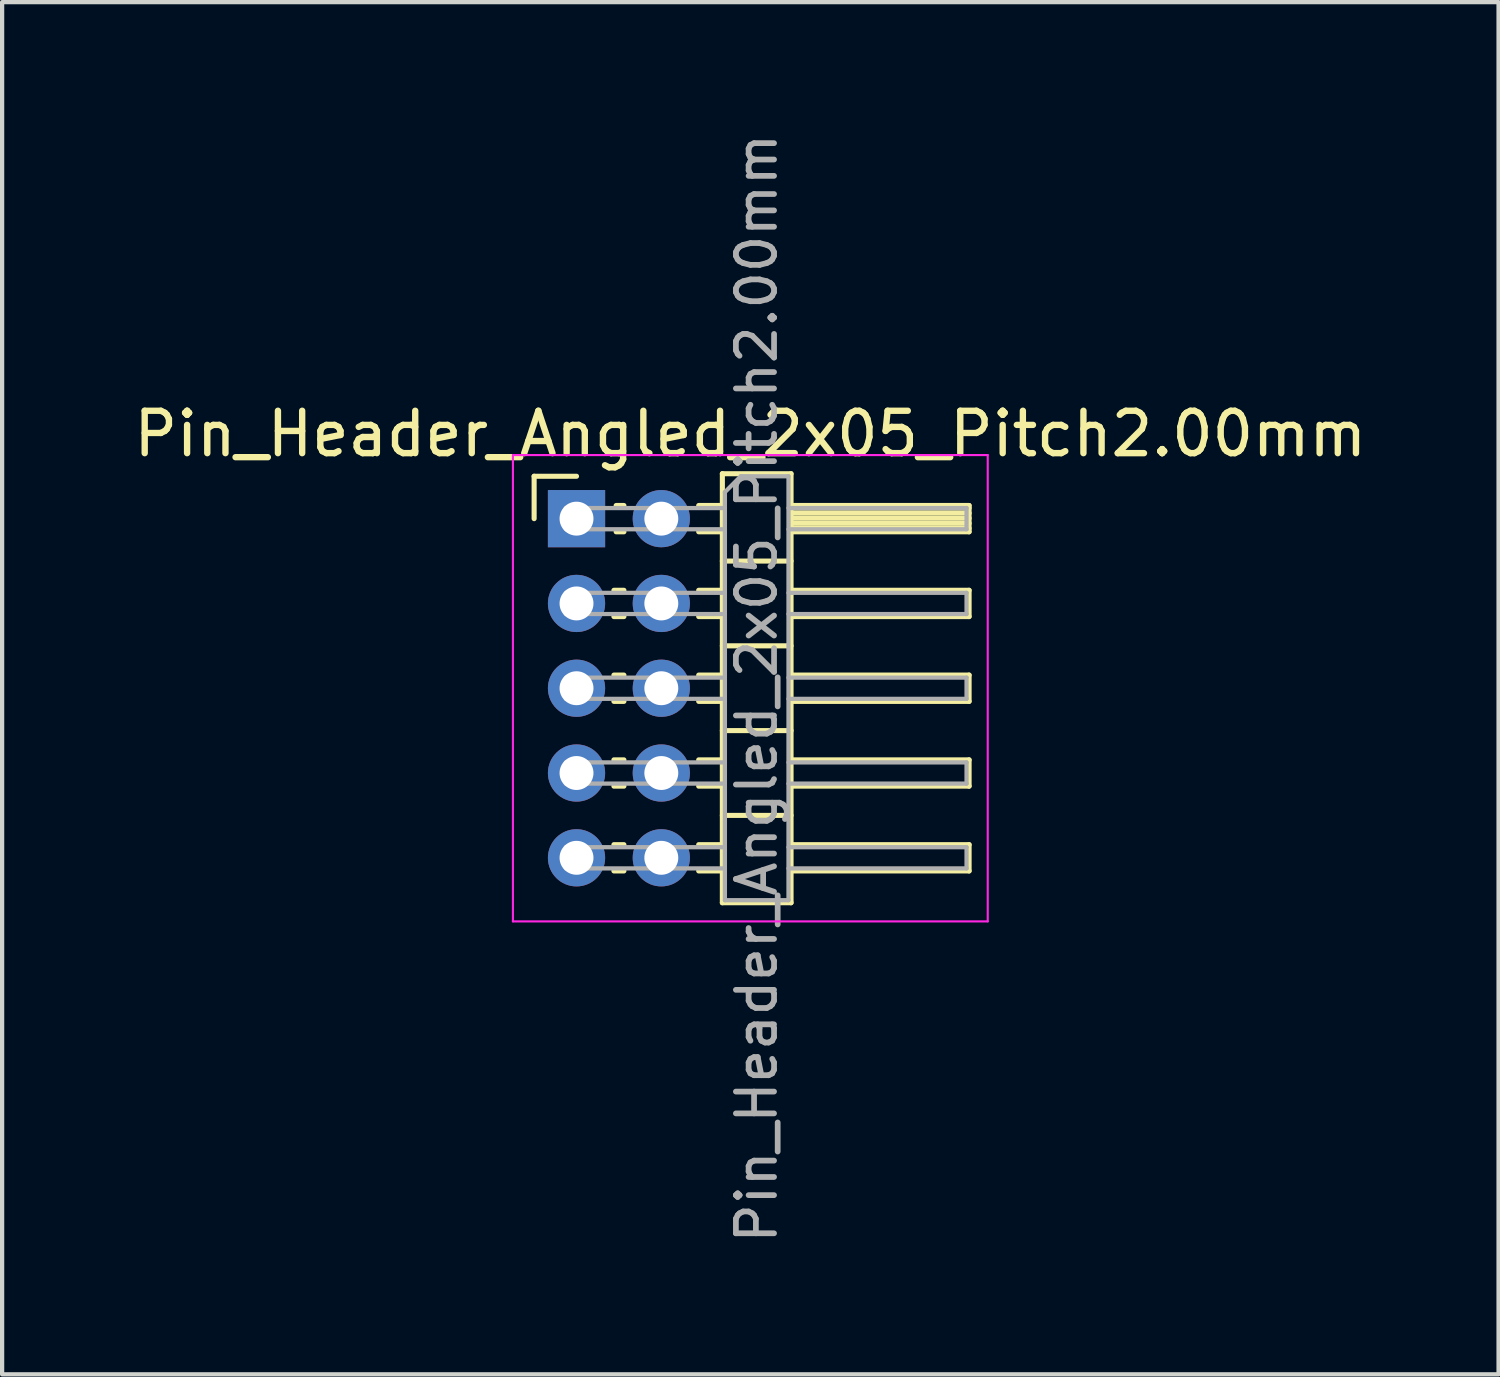
<source format=kicad_pcb>
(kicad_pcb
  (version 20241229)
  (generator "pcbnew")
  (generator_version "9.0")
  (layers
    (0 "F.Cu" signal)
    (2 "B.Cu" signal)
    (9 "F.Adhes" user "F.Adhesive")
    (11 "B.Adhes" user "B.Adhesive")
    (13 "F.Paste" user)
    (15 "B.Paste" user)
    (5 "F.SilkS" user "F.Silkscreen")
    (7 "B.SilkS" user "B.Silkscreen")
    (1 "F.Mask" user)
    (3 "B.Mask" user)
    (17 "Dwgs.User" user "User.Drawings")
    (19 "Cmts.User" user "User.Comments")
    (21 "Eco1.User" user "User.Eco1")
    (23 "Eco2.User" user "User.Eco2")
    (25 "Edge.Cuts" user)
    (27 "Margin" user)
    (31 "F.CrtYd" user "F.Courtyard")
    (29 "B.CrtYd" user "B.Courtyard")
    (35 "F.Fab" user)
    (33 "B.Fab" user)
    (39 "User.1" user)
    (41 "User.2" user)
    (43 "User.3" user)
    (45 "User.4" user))
  (footprint "Pin_Header_Angled_2x05_Pitch2.00mm"
    (layer "F.Cu")
    (at 10.549 9.184)
    (property "Reference" "Pin_Header_Angled_2x05_Pitch2.00mm" (at 4.1 -2 0) (layer "F.SilkS") (effects (font (size 1 1) (thickness 0.15))))
    (attr through_hole)
    (fp_line (start -1 -1) (end 0 -1) (stroke (width 0.12) (type solid)) (layer "F.SilkS"))
    (fp_line (start -1 0) (end -1 -1) (stroke (width 0.12) (type solid)) (layer "F.SilkS"))
    (fp_line (start 0.882 1.69) (end 1.118 1.69) (stroke (width 0.12) (type solid)) (layer "F.SilkS"))
    (fp_line (start 0.882 2.31) (end 1.118 2.31) (stroke (width 0.12) (type solid)) (layer "F.SilkS"))
    (fp_line (start 0.882 3.69) (end 1.118 3.69) (stroke (width 0.12) (type solid)) (layer "F.SilkS"))
    (fp_line (start 0.882 4.31) (end 1.118 4.31) (stroke (width 0.12) (type solid)) (layer "F.SilkS"))
    (fp_line (start 0.882 5.69) (end 1.118 5.69) (stroke (width 0.12) (type solid)) (layer "F.SilkS"))
    (fp_line (start 0.882 6.31) (end 1.118 6.31) (stroke (width 0.12) (type solid)) (layer "F.SilkS"))
    (fp_line (start 0.882 7.69) (end 1.118 7.69) (stroke (width 0.12) (type solid)) (layer "F.SilkS"))
    (fp_line (start 0.882 8.31) (end 1.118 8.31) (stroke (width 0.12) (type solid)) (layer "F.SilkS"))
    (fp_line (start 0.935 -0.31) (end 1.118 -0.31) (stroke (width 0.12) (type solid)) (layer "F.SilkS"))
    (fp_line (start 0.935 0.31) (end 1.118 0.31) (stroke (width 0.12) (type solid)) (layer "F.SilkS"))
    (fp_line (start 2.882 -0.31) (end 3.44 -0.31) (stroke (width 0.12) (type solid)) (layer "F.SilkS"))
    (fp_line (start 2.882 0.31) (end 3.44 0.31) (stroke (width 0.12) (type solid)) (layer "F.SilkS"))
    (fp_line (start 2.882 1.69) (end 3.44 1.69) (stroke (width 0.12) (type solid)) (layer "F.SilkS"))
    (fp_line (start 2.882 2.31) (end 3.44 2.31) (stroke (width 0.12) (type solid)) (layer "F.SilkS"))
    (fp_line (start 2.882 3.69) (end 3.44 3.69) (stroke (width 0.12) (type solid)) (layer "F.SilkS"))
    (fp_line (start 2.882 4.31) (end 3.44 4.31) (stroke (width 0.12) (type solid)) (layer "F.SilkS"))
    (fp_line (start 2.882 5.69) (end 3.44 5.69) (stroke (width 0.12) (type solid)) (layer "F.SilkS"))
    (fp_line (start 2.882 6.31) (end 3.44 6.31) (stroke (width 0.12) (type solid)) (layer "F.SilkS"))
    (fp_line (start 2.882 7.69) (end 3.44 7.69) (stroke (width 0.12) (type solid)) (layer "F.SilkS"))
    (fp_line (start 2.882 8.31) (end 3.44 8.31) (stroke (width 0.12) (type solid)) (layer "F.SilkS"))
    (fp_line (start 3.44 -1.06) (end 3.44 9.06) (stroke (width 0.12) (type solid)) (layer "F.SilkS"))
    (fp_line (start 3.44 1) (end 5.06 1) (stroke (width 0.12) (type solid)) (layer "F.SilkS"))
    (fp_line (start 3.44 3) (end 5.06 3) (stroke (width 0.12) (type solid)) (layer "F.SilkS"))
    (fp_line (start 3.44 5) (end 5.06 5) (stroke (width 0.12) (type solid)) (layer "F.SilkS"))
    (fp_line (start 3.44 7) (end 5.06 7) (stroke (width 0.12) (type solid)) (layer "F.SilkS"))
    (fp_line (start 3.44 9.06) (end 5.06 9.06) (stroke (width 0.12) (type solid)) (layer "F.SilkS"))
    (fp_line (start 5.06 -1.06) (end 3.44 -1.06) (stroke (width 0.12) (type solid)) (layer "F.SilkS"))
    (fp_line (start 5.06 -0.31) (end 9.26 -0.31) (stroke (width 0.12) (type solid)) (layer "F.SilkS"))
    (fp_line (start 5.06 -0.25) (end 9.26 -0.25) (stroke (width 0.12) (type solid)) (layer "F.SilkS"))
    (fp_line (start 5.06 -0.13) (end 9.26 -0.13) (stroke (width 0.12) (type solid)) (layer "F.SilkS"))
    (fp_line (start 5.06 -0.01) (end 9.26 -0.01) (stroke (width 0.12) (type solid)) (layer "F.SilkS"))
    (fp_line (start 5.06 0.11) (end 9.26 0.11) (stroke (width 0.12) (type solid)) (layer "F.SilkS"))
    (fp_line (start 5.06 0.23) (end 9.26 0.23) (stroke (width 0.12) (type solid)) (layer "F.SilkS"))
    (fp_line (start 5.06 1.69) (end 9.26 1.69) (stroke (width 0.12) (type solid)) (layer "F.SilkS"))
    (fp_line (start 5.06 3.69) (end 9.26 3.69) (stroke (width 0.12) (type solid)) (layer "F.SilkS"))
    (fp_line (start 5.06 5.69) (end 9.26 5.69) (stroke (width 0.12) (type solid)) (layer "F.SilkS"))
    (fp_line (start 5.06 7.69) (end 9.26 7.69) (stroke (width 0.12) (type solid)) (layer "F.SilkS"))
    (fp_line (start 5.06 9.06) (end 5.06 -1.06) (stroke (width 0.12) (type solid)) (layer "F.SilkS"))
    (fp_line (start 9.26 -0.31) (end 9.26 0.31) (stroke (width 0.12) (type solid)) (layer "F.SilkS"))
    (fp_line (start 9.26 0.31) (end 5.06 0.31) (stroke (width 0.12) (type solid)) (layer "F.SilkS"))
    (fp_line (start 9.26 1.69) (end 9.26 2.31) (stroke (width 0.12) (type solid)) (layer "F.SilkS"))
    (fp_line (start 9.26 2.31) (end 5.06 2.31) (stroke (width 0.12) (type solid)) (layer "F.SilkS"))
    (fp_line (start 9.26 3.69) (end 9.26 4.31) (stroke (width 0.12) (type solid)) (layer "F.SilkS"))
    (fp_line (start 9.26 4.31) (end 5.06 4.31) (stroke (width 0.12) (type solid)) (layer "F.SilkS"))
    (fp_line (start 9.26 5.69) (end 9.26 6.31) (stroke (width 0.12) (type solid)) (layer "F.SilkS"))
    (fp_line (start 9.26 6.31) (end 5.06 6.31) (stroke (width 0.12) (type solid)) (layer "F.SilkS"))
    (fp_line (start 9.26 7.69) (end 9.26 8.31) (stroke (width 0.12) (type solid)) (layer "F.SilkS"))
    (fp_line (start 9.26 8.31) (end 5.06 8.31) (stroke (width 0.12) (type solid)) (layer "F.SilkS"))
    (fp_line (start -1.5 -1.5) (end -1.5 9.5) (stroke (width 0.05) (type solid)) (layer "F.CrtYd"))
    (fp_line (start -1.5 9.5) (end 9.7 9.5) (stroke (width 0.05) (type solid)) (layer "F.CrtYd"))
    (fp_line (start 9.7 -1.5) (end -1.5 -1.5) (stroke (width 0.05) (type solid)) (layer "F.CrtYd"))
    (fp_line (start 9.7 9.5) (end 9.7 -1.5) (stroke (width 0.05) (type solid)) (layer "F.CrtYd"))
    (fp_line (start -0.25 -0.25) (end -0.25 0.25) (stroke (width 0.1) (type solid)) (layer "F.Fab"))
    (fp_line (start -0.25 -0.25) (end 3.5 -0.25) (stroke (width 0.1) (type solid)) (layer "F.Fab"))
    (fp_line (start -0.25 0.25) (end 3.5 0.25) (stroke (width 0.1) (type solid)) (layer "F.Fab"))
    (fp_line (start -0.25 1.75) (end -0.25 2.25) (stroke (width 0.1) (type solid)) (layer "F.Fab"))
    (fp_line (start -0.25 1.75) (end 3.5 1.75) (stroke (width 0.1) (type solid)) (layer "F.Fab"))
    (fp_line (start -0.25 2.25) (end 3.5 2.25) (stroke (width 0.1) (type solid)) (layer "F.Fab"))
    (fp_line (start -0.25 3.75) (end -0.25 4.25) (stroke (width 0.1) (type solid)) (layer "F.Fab"))
    (fp_line (start -0.25 3.75) (end 3.5 3.75) (stroke (width 0.1) (type solid)) (layer "F.Fab"))
    (fp_line (start -0.25 4.25) (end 3.5 4.25) (stroke (width 0.1) (type solid)) (layer "F.Fab"))
    (fp_line (start -0.25 5.75) (end -0.25 6.25) (stroke (width 0.1) (type solid)) (layer "F.Fab"))
    (fp_line (start -0.25 5.75) (end 3.5 5.75) (stroke (width 0.1) (type solid)) (layer "F.Fab"))
    (fp_line (start -0.25 6.25) (end 3.5 6.25) (stroke (width 0.1) (type solid)) (layer "F.Fab"))
    (fp_line (start -0.25 7.75) (end -0.25 8.25) (stroke (width 0.1) (type solid)) (layer "F.Fab"))
    (fp_line (start -0.25 7.75) (end 3.5 7.75) (stroke (width 0.1) (type solid)) (layer "F.Fab"))
    (fp_line (start -0.25 8.25) (end 3.5 8.25) (stroke (width 0.1) (type solid)) (layer "F.Fab"))
    (fp_line (start 3.5 -0.625) (end 3.875 -1) (stroke (width 0.1) (type solid)) (layer "F.Fab"))
    (fp_line (start 3.5 9) (end 3.5 -0.625) (stroke (width 0.1) (type solid)) (layer "F.Fab"))
    (fp_line (start 3.875 -1) (end 5 -1) (stroke (width 0.1) (type solid)) (layer "F.Fab"))
    (fp_line (start 5 -1) (end 5 9) (stroke (width 0.1) (type solid)) (layer "F.Fab"))
    (fp_line (start 5 -0.25) (end 9.2 -0.25) (stroke (width 0.1) (type solid)) (layer "F.Fab"))
    (fp_line (start 5 0.25) (end 9.2 0.25) (stroke (width 0.1) (type solid)) (layer "F.Fab"))
    (fp_line (start 5 1.75) (end 9.2 1.75) (stroke (width 0.1) (type solid)) (layer "F.Fab"))
    (fp_line (start 5 2.25) (end 9.2 2.25) (stroke (width 0.1) (type solid)) (layer "F.Fab"))
    (fp_line (start 5 3.75) (end 9.2 3.75) (stroke (width 0.1) (type solid)) (layer "F.Fab"))
    (fp_line (start 5 4.25) (end 9.2 4.25) (stroke (width 0.1) (type solid)) (layer "F.Fab"))
    (fp_line (start 5 5.75) (end 9.2 5.75) (stroke (width 0.1) (type solid)) (layer "F.Fab"))
    (fp_line (start 5 6.25) (end 9.2 6.25) (stroke (width 0.1) (type solid)) (layer "F.Fab"))
    (fp_line (start 5 7.75) (end 9.2 7.75) (stroke (width 0.1) (type solid)) (layer "F.Fab"))
    (fp_line (start 5 8.25) (end 9.2 8.25) (stroke (width 0.1) (type solid)) (layer "F.Fab"))
    (fp_line (start 5 9) (end 3.5 9) (stroke (width 0.1) (type solid)) (layer "F.Fab"))
    (fp_line (start 9.2 -0.25) (end 9.2 0.25) (stroke (width 0.1) (type solid)) (layer "F.Fab"))
    (fp_line (start 9.2 1.75) (end 9.2 2.25) (stroke (width 0.1) (type solid)) (layer "F.Fab"))
    (fp_line (start 9.2 3.75) (end 9.2 4.25) (stroke (width 0.1) (type solid)) (layer "F.Fab"))
    (fp_line (start 9.2 5.75) (end 9.2 6.25) (stroke (width 0.1) (type solid)) (layer "F.Fab"))
    (fp_line (start 9.2 7.75) (end 9.2 8.25) (stroke (width 0.1) (type solid)) (layer "F.Fab"))
    (fp_text user "${REFERENCE}" (at 4.25 4 90) (layer "F.Fab") (effects (font (size 0.9 0.9) (thickness 0.135))))
    (pad "1" thru_hole rect (at 0 0) (size 1.35 1.35) (drill 0.8) (layers "*.Cu" "*.Mask"))
    (pad "2" thru_hole oval (at 2 0) (size 1.35 1.35) (drill 0.8) (layers "*.Cu" "*.Mask"))
    (pad "3" thru_hole oval (at 0 2) (size 1.35 1.35) (drill 0.8) (layers "*.Cu" "*.Mask"))
    (pad "4" thru_hole oval (at 2 2) (size 1.35 1.35) (drill 0.8) (layers "*.Cu" "*.Mask"))
    (pad "5" thru_hole oval (at 0 4) (size 1.35 1.35) (drill 0.8) (layers "*.Cu" "*.Mask"))
    (pad "6" thru_hole oval (at 2 4) (size 1.35 1.35) (drill 0.8) (layers "*.Cu" "*.Mask"))
    (pad "7" thru_hole oval (at 0 6) (size 1.35 1.35) (drill 0.8) (layers "*.Cu" "*.Mask"))
    (pad "8" thru_hole oval (at 2 6) (size 1.35 1.35) (drill 0.8) (layers "*.Cu" "*.Mask"))
    (pad "9" thru_hole oval (at 0 8) (size 1.35 1.35) (drill 0.8) (layers "*.Cu" "*.Mask"))
    (pad "10" thru_hole oval (at 2 8) (size 1.35 1.35) (drill 0.8) (layers "*.Cu" "*.Mask")))
  (gr_rect
    (start -3 -3)
    (end 32.298 29.368)
    (stroke (width 0.1) (type default))
    (fill no)
    (layer "Edge.Cuts")))
</source>
